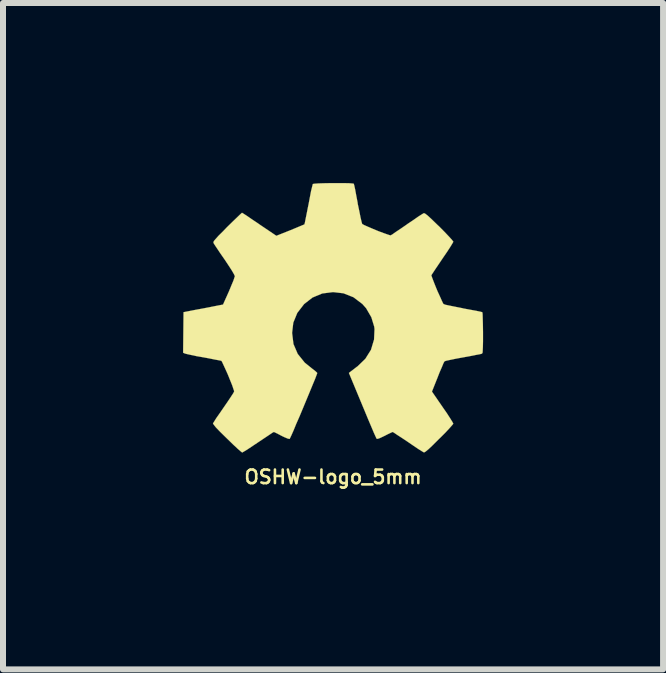
<source format=kicad_pcb>
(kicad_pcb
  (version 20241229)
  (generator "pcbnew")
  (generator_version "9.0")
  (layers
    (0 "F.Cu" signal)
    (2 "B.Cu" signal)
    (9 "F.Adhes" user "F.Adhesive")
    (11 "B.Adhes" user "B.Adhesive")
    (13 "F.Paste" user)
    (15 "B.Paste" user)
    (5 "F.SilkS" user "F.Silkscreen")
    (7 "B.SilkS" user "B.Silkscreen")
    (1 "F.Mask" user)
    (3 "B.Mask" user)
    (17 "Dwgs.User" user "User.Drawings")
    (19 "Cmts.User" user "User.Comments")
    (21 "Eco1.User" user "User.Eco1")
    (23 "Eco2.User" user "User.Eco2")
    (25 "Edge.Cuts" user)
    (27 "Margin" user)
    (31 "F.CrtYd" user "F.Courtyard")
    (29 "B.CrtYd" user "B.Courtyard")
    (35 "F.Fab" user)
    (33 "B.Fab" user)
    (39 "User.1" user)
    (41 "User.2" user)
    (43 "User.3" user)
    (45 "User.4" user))
  (footprint "OSHW-logo_5mm"
    (layer "F.Cu")
    (at 2.501 2.247)
    (property "Reference" "OSHW-logo_5mm" (at 0 2.652 0) (layer "F.SilkS") (effects (font (size 0.226 0.226) (thickness 0.043))))
    (attr through_hole)
    (fp_poly (pts (xy -1.514 2.245) (xy -1.488 2.23) (xy -1.43 2.195) (xy -1.346 2.139) (xy -1.247 2.073) (xy -1.148 2.007) (xy -1.067 1.953) (xy -1.011 1.915) (xy -0.986 1.902) (xy -0.973 1.908) (xy -0.927 1.93) (xy -0.859 1.966) (xy -0.818 1.986) (xy -0.757 2.012) (xy -0.724 2.019) (xy -0.719 2.009) (xy -0.696 1.961) (xy -0.66 1.88) (xy -0.615 1.77) (xy -0.559 1.643) (xy -0.503 1.509) (xy -0.445 1.369) (xy -0.389 1.234) (xy -0.34 1.115) (xy -0.3 1.019) (xy -0.274 0.95) (xy -0.264 0.922) (xy -0.267 0.914) (xy -0.3 0.884) (xy -0.353 0.843) (xy -0.472 0.747) (xy -0.589 0.602) (xy -0.66 0.437) (xy -0.683 0.251) (xy -0.663 0.081) (xy -0.597 -0.081) (xy -0.483 -0.229) (xy -0.343 -0.338) (xy -0.18 -0.406) (xy 0 -0.429) (xy 0.173 -0.409) (xy 0.34 -0.343) (xy 0.488 -0.231) (xy 0.551 -0.16) (xy 0.638 -0.01) (xy 0.686 0.147) (xy 0.691 0.188) (xy 0.683 0.363) (xy 0.632 0.533) (xy 0.538 0.683) (xy 0.409 0.808) (xy 0.394 0.818) (xy 0.335 0.864) (xy 0.295 0.894) (xy 0.264 0.919) (xy 0.488 1.458) (xy 0.523 1.542) (xy 0.584 1.689) (xy 0.638 1.816) (xy 0.681 1.918) (xy 0.711 1.984) (xy 0.724 2.012) (xy 0.724 2.014) (xy 0.744 2.017) (xy 0.785 2.002) (xy 0.861 1.966) (xy 0.909 1.941) (xy 0.968 1.913) (xy 0.993 1.902) (xy 1.016 1.915) (xy 1.069 1.951) (xy 1.151 2.004) (xy 1.247 2.068) (xy 1.339 2.131) (xy 1.422 2.187) (xy 1.483 2.225) (xy 1.514 2.243) (xy 1.519 2.243) (xy 1.544 2.228) (xy 1.593 2.187) (xy 1.666 2.118) (xy 1.77 2.014) (xy 1.786 1.999) (xy 1.872 1.913) (xy 1.941 1.839) (xy 1.986 1.788) (xy 2.004 1.765) (xy 1.989 1.735) (xy 1.951 1.674) (xy 1.895 1.587) (xy 1.826 1.488) (xy 1.648 1.229) (xy 1.745 0.986) (xy 1.775 0.909) (xy 1.814 0.82) (xy 1.841 0.754) (xy 1.857 0.726) (xy 1.882 0.716) (xy 1.951 0.701) (xy 2.047 0.681) (xy 2.162 0.66) (xy 2.273 0.64) (xy 2.372 0.62) (xy 2.443 0.607) (xy 2.477 0.599) (xy 2.484 0.594) (xy 2.492 0.579) (xy 2.494 0.546) (xy 2.497 0.485) (xy 2.499 0.391) (xy 2.499 0.251) (xy 2.499 0.236) (xy 2.497 0.107) (xy 2.494 0) (xy 2.492 -0.066) (xy 2.487 -0.094) (xy 2.456 -0.102) (xy 2.385 -0.117) (xy 2.286 -0.135) (xy 2.167 -0.157) (xy 2.159 -0.16) (xy 2.042 -0.183) (xy 1.943 -0.203) (xy 1.872 -0.218) (xy 1.844 -0.229) (xy 1.836 -0.236) (xy 1.814 -0.282) (xy 1.781 -0.356) (xy 1.74 -0.445) (xy 1.702 -0.538) (xy 1.669 -0.622) (xy 1.646 -0.683) (xy 1.638 -0.711) (xy 1.641 -0.714) (xy 1.659 -0.742) (xy 1.699 -0.803) (xy 1.755 -0.886) (xy 1.824 -0.988) (xy 1.829 -0.996) (xy 1.897 -1.095) (xy 1.953 -1.181) (xy 1.989 -1.24) (xy 2.004 -1.267) (xy 2.004 -1.27) (xy 1.981 -1.3) (xy 1.93 -1.356) (xy 1.857 -1.433) (xy 1.77 -1.521) (xy 1.742 -1.547) (xy 1.643 -1.643) (xy 1.577 -1.704) (xy 1.534 -1.737) (xy 1.514 -1.745) (xy 1.483 -1.727) (xy 1.42 -1.687) (xy 1.336 -1.628) (xy 1.234 -1.56) (xy 1.227 -1.554) (xy 1.128 -1.486) (xy 1.044 -1.43) (xy 0.986 -1.389) (xy 0.958 -1.374) (xy 0.955 -1.374) (xy 0.914 -1.387) (xy 0.843 -1.412) (xy 0.754 -1.445) (xy 0.663 -1.483) (xy 0.579 -1.519) (xy 0.516 -1.547) (xy 0.485 -1.565) (xy 0.475 -1.6) (xy 0.457 -1.676) (xy 0.437 -1.778) (xy 0.411 -1.9) (xy 0.409 -1.92) (xy 0.386 -2.04) (xy 0.368 -2.139) (xy 0.353 -2.207) (xy 0.345 -2.235) (xy 0.33 -2.238) (xy 0.272 -2.243) (xy 0.183 -2.245) (xy 0.074 -2.245) (xy -0.038 -2.245) (xy -0.147 -2.243) (xy -0.241 -2.24) (xy -0.31 -2.235) (xy -0.338 -2.23) (xy -0.338 -2.228) (xy -0.348 -2.189) (xy -0.366 -2.116) (xy -0.386 -2.012) (xy -0.409 -1.89) (xy -0.414 -1.867) (xy -0.437 -1.75) (xy -0.457 -1.651) (xy -0.47 -1.585) (xy -0.478 -1.557) (xy -0.49 -1.552) (xy -0.538 -1.532) (xy -0.617 -1.499) (xy -0.716 -1.458) (xy -0.945 -1.367) (xy -1.227 -1.557) (xy -1.252 -1.575) (xy -1.354 -1.643) (xy -1.435 -1.699) (xy -1.494 -1.737) (xy -1.516 -1.75) (xy -1.519 -1.75) (xy -1.547 -1.725) (xy -1.603 -1.671) (xy -1.679 -1.598) (xy -1.768 -1.511) (xy -1.831 -1.445) (xy -1.91 -1.367) (xy -1.958 -1.313) (xy -1.986 -1.28) (xy -1.994 -1.26) (xy -1.991 -1.245) (xy -1.974 -1.217) (xy -1.933 -1.156) (xy -1.875 -1.069) (xy -1.806 -0.97) (xy -1.75 -0.886) (xy -1.689 -0.792) (xy -1.651 -0.726) (xy -1.636 -0.693) (xy -1.641 -0.681) (xy -1.659 -0.625) (xy -1.694 -0.541) (xy -1.735 -0.442) (xy -1.834 -0.221) (xy -1.979 -0.193) (xy -2.068 -0.175) (xy -2.189 -0.152) (xy -2.309 -0.13) (xy -2.492 -0.094) (xy -2.499 0.582) (xy -2.471 0.594) (xy -2.443 0.602) (xy -2.375 0.617) (xy -2.278 0.638) (xy -2.162 0.658) (xy -2.065 0.676) (xy -1.966 0.696) (xy -1.895 0.709) (xy -1.864 0.716) (xy -1.854 0.726) (xy -1.831 0.775) (xy -1.796 0.851) (xy -1.755 0.942) (xy -1.717 1.036) (xy -1.681 1.125) (xy -1.659 1.191) (xy -1.648 1.224) (xy -1.661 1.252) (xy -1.699 1.311) (xy -1.753 1.392) (xy -1.821 1.491) (xy -1.887 1.587) (xy -1.946 1.671) (xy -1.984 1.732) (xy -2.002 1.76) (xy -1.991 1.778) (xy -1.953 1.826) (xy -1.88 1.902) (xy -1.768 2.012) (xy -1.75 2.029) (xy -1.664 2.113) (xy -1.59 2.182) (xy -1.537 2.228) (xy -1.514 2.245)) (stroke (width 0.003) (type solid)) (fill yes) (layer "F.SilkS")))
  (gr_rect
    (start -3 -3)
    (end 8.001 8.106)
    (stroke (width 0.1) (type default))
    (fill no)
    (layer "Edge.Cuts")))
</source>
